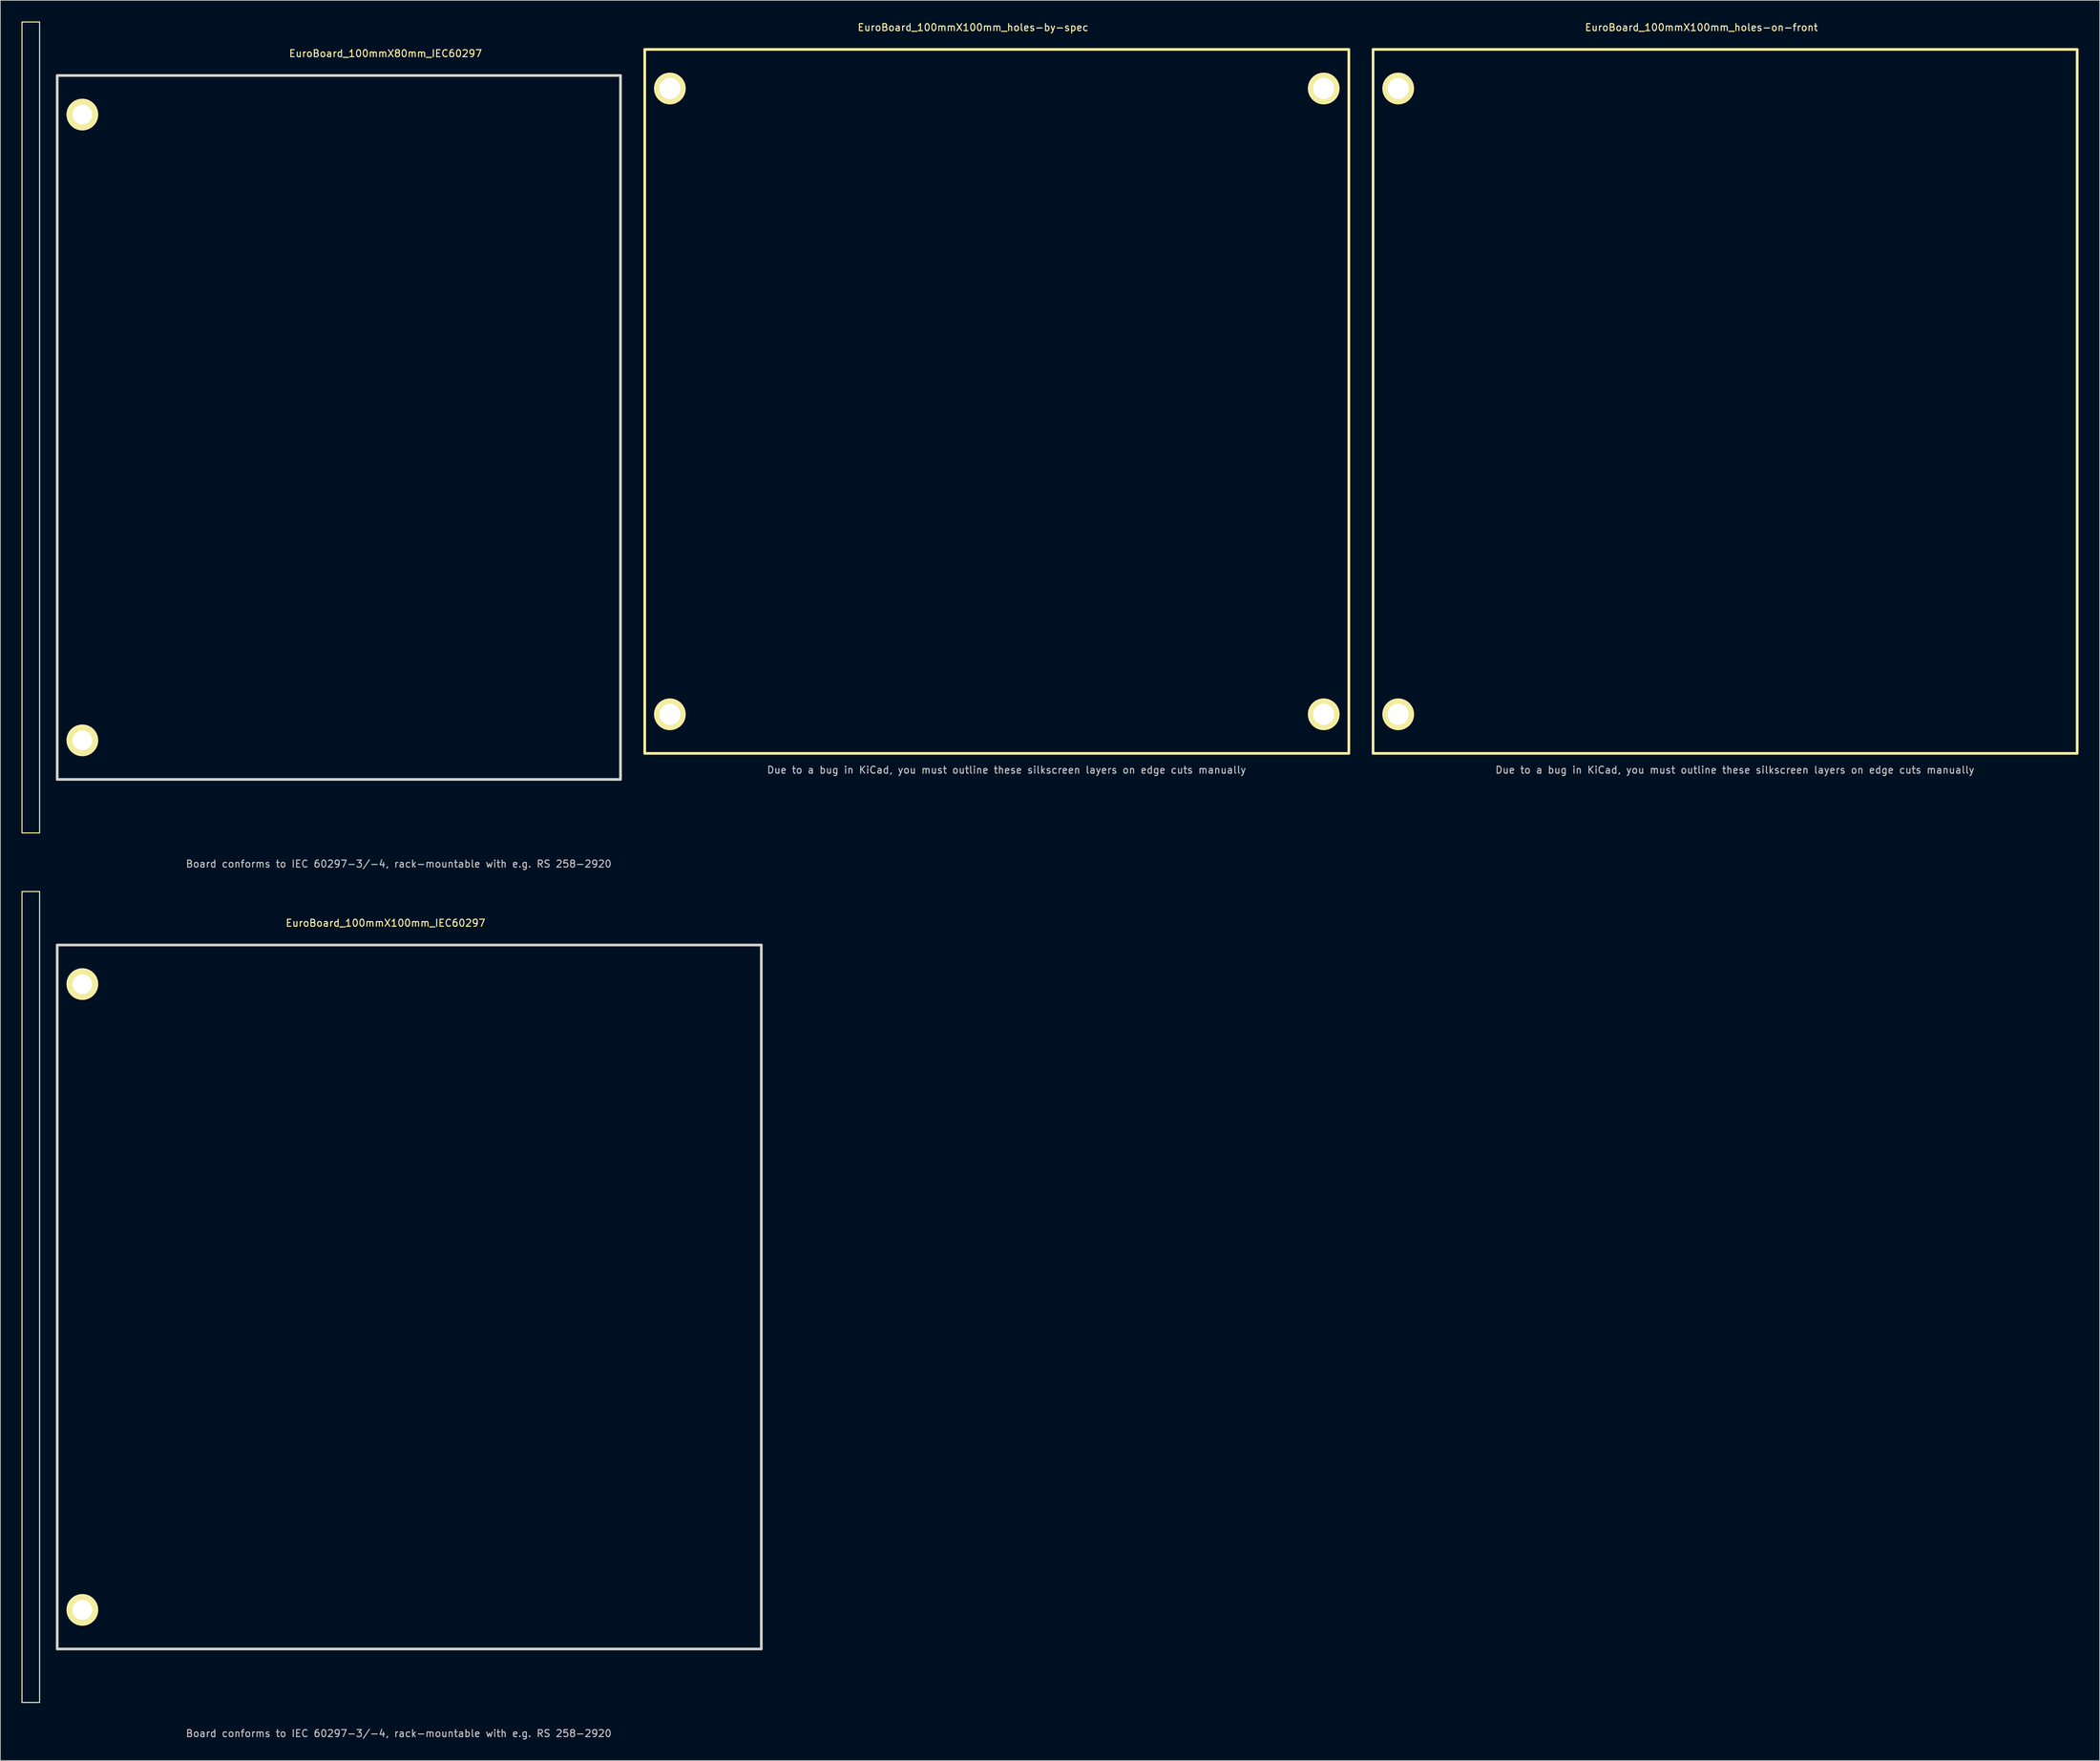
<source format=kicad_pcb>
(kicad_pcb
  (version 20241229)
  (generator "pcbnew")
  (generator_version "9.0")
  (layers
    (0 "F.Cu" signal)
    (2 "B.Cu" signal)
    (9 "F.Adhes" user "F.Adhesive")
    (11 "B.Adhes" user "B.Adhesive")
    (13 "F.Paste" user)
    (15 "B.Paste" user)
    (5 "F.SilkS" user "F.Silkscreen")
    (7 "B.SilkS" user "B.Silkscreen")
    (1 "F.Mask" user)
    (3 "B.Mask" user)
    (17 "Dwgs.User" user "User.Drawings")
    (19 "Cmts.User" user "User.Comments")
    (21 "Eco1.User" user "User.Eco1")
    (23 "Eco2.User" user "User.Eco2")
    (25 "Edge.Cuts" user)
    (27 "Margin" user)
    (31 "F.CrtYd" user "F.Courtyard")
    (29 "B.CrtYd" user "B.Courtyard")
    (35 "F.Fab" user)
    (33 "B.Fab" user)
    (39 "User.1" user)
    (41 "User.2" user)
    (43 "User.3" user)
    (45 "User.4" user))
  (footprint "EuroBoard_100mmX100mm_holes-by-spec"
    (layer "F.Cu")
    (at 88.516 103.972)
    (property "Reference" "EuroBoard_100mmX100mm_holes-by-spec" (at 46.634 -103.124 0) (layer "F.SilkS") (effects (font (size 1 1) (thickness 0.15))))
    (attr through_hole)
    (fp_line (start 0 -100) (end 100 -100) (stroke (width 0.381) (type solid)) (layer "F.SilkS"))
    (fp_line (start 0 0) (end 0 -100) (stroke (width 0.381) (type solid)) (layer "F.SilkS"))
    (fp_line (start 100 -100) (end 100 0) (stroke (width 0.381) (type solid)) (layer "F.SilkS"))
    (fp_line (start 100 0) (end 0 0) (stroke (width 0.381) (type solid)) (layer "F.SilkS"))
    (fp_text user "Due to a bug in KiCad, you must outline these silkscreen layers on edge cuts manually" (at 51.384 2.362 0) (layer "Dwgs.User") (effects (font (size 1 1) (thickness 0.15))))
    (pad "" thru_hole circle (at 3.57 -94.45) (size 4.5 4.5) (drill 3) (layers "*.Cu" "*.Mask" "F.SilkS"))
    (pad "" thru_hole circle (at 3.57 -5.55) (size 4.5 4.5) (drill 3) (layers "*.Cu" "*.Mask" "F.SilkS"))
    (pad "" thru_hole circle (at 96.43 -94.45) (size 4.5 4.5) (drill 3) (layers "*.Cu" "*.Mask" "F.SilkS"))
    (pad "" thru_hole circle (at 96.43 -5.55) (size 4.5 4.5) (drill 3) (layers "*.Cu" "*.Mask" "F.SilkS")))
  (footprint "EuroBoard_100mmX100mm_IEC60297"
    (layer "F.Cu")
    (at 5.075 231.198)
    (property "Reference" "EuroBoard_100mmX100mm_IEC60297" (at 46.634 -103.124 0) (layer "F.SilkS") (effects (font (size 1 1) (thickness 0.15))))
    (attr through_hole)
    (fp_line (start -5 -107.6) (end -2.5 -107.6) (stroke (width 0.15) (type solid)) (layer "F.SilkS"))
    (fp_line (start -5 7.6) (end -5 -107.6) (stroke (width 0.15) (type solid)) (layer "F.SilkS"))
    (fp_line (start -5 7.6) (end -2.5 7.6) (stroke (width 0.15) (type solid)) (layer "F.SilkS"))
    (fp_line (start -2.5 7.6) (end -2.5 -107.6) (stroke (width 0.15) (type solid)) (layer "F.SilkS"))
    (fp_line (start 0 -100) (end 100 -100) (stroke (width 0.381) (type solid)) (layer "Edge.Cuts"))
    (fp_line (start 0 0) (end 0 -100) (stroke (width 0.381) (type solid)) (layer "Edge.Cuts"))
    (fp_line (start 100 -100) (end 100 0) (stroke (width 0.381) (type solid)) (layer "Edge.Cuts"))
    (fp_line (start 100 0) (end 0 0) (stroke (width 0.381) (type solid)) (layer "Edge.Cuts"))
    (fp_text user "Board conforms to IEC 60297-3/-4, rack-mountable with e.g. RS 258-2920" (at 48.5 12 0) (layer "Dwgs.User") (effects (font (size 1 1) (thickness 0.15))))
    (pad "" thru_hole circle (at 3.57 -94.45) (size 4.5 4.5) (drill 2.8) (layers "*.Cu" "*.Mask" "F.SilkS"))
    (pad "" thru_hole circle (at 3.57 -5.55) (size 4.5 4.5) (drill 2.8) (layers "*.Cu" "*.Mask" "F.SilkS")))
  (footprint "EuroBoard_100mmX100mm_holes-on-front"
    (layer "F.Cu")
    (at 191.956 103.972)
    (property "Reference" "EuroBoard_100mmX100mm_holes-on-front" (at 46.634 -103.124 0) (layer "F.SilkS") (effects (font (size 1 1) (thickness 0.15))))
    (attr through_hole)
    (fp_line (start 0 -100) (end 100 -100) (stroke (width 0.381) (type solid)) (layer "F.SilkS"))
    (fp_line (start 0 0) (end 0 -100) (stroke (width 0.381) (type solid)) (layer "F.SilkS"))
    (fp_line (start 100 -100) (end 100 0) (stroke (width 0.381) (type solid)) (layer "F.SilkS"))
    (fp_line (start 100 0) (end 0 0) (stroke (width 0.381) (type solid)) (layer "F.SilkS"))
    (fp_text user "Due to a bug in KiCad, you must outline these silkscreen layers on edge cuts manually" (at 51.384 2.362 0) (layer "Dwgs.User") (effects (font (size 1 1) (thickness 0.15))))
    (pad "" thru_hole circle (at 3.57 -94.45) (size 4.5 4.5) (drill 3) (layers "*.Cu" "*.Mask" "F.SilkS"))
    (pad "" thru_hole circle (at 3.57 -5.55) (size 4.5 4.5) (drill 3) (layers "*.Cu" "*.Mask" "F.SilkS")))
  (footprint "EuroBoard_100mmX80mm_IEC60297"
    (layer "F.Cu")
    (at 5.075 107.675)
    (property "Reference" "EuroBoard_100mmX80mm_IEC60297" (at 46.634 -103.124 0) (layer "F.SilkS") (effects (font (size 1 1) (thickness 0.15))))
    (attr through_hole)
    (fp_line (start -5 -107.6) (end -2.5 -107.6) (stroke (width 0.15) (type solid)) (layer "F.SilkS"))
    (fp_line (start -5 7.6) (end -5 -107.6) (stroke (width 0.15) (type solid)) (layer "F.SilkS"))
    (fp_line (start -5 7.6) (end -2.5 7.6) (stroke (width 0.15) (type solid)) (layer "F.SilkS"))
    (fp_line (start -2.5 7.6) (end -2.5 -107.6) (stroke (width 0.15) (type solid)) (layer "F.SilkS"))
    (fp_line (start 0 -100) (end 80 -100) (stroke (width 0.381) (type solid)) (layer "Edge.Cuts"))
    (fp_line (start 0 0) (end 0 -100) (stroke (width 0.381) (type solid)) (layer "Edge.Cuts"))
    (fp_line (start 80 -100) (end 80 0) (stroke (width 0.381) (type solid)) (layer "Edge.Cuts"))
    (fp_line (start 80 0) (end 0 0) (stroke (width 0.381) (type solid)) (layer "Edge.Cuts"))
    (fp_text user "Board conforms to IEC 60297-3/-4, rack-mountable with e.g. RS 258-2920" (at 48.5 12 0) (layer "Dwgs.User") (effects (font (size 1 1) (thickness 0.15))))
    (pad "" thru_hole circle (at 3.57 -94.45) (size 4.5 4.5) (drill 2.8) (layers "*.Cu" "*.Mask" "F.SilkS"))
    (pad "" thru_hole circle (at 3.57 -5.55) (size 4.5 4.5) (drill 2.8) (layers "*.Cu" "*.Mask" "F.SilkS")))
  (gr_rect
    (start -3 -3)
    (end 295.147 247.047)
    (stroke (width 0.1) (type default))
    (fill no)
    (layer "Edge.Cuts")))
</source>
